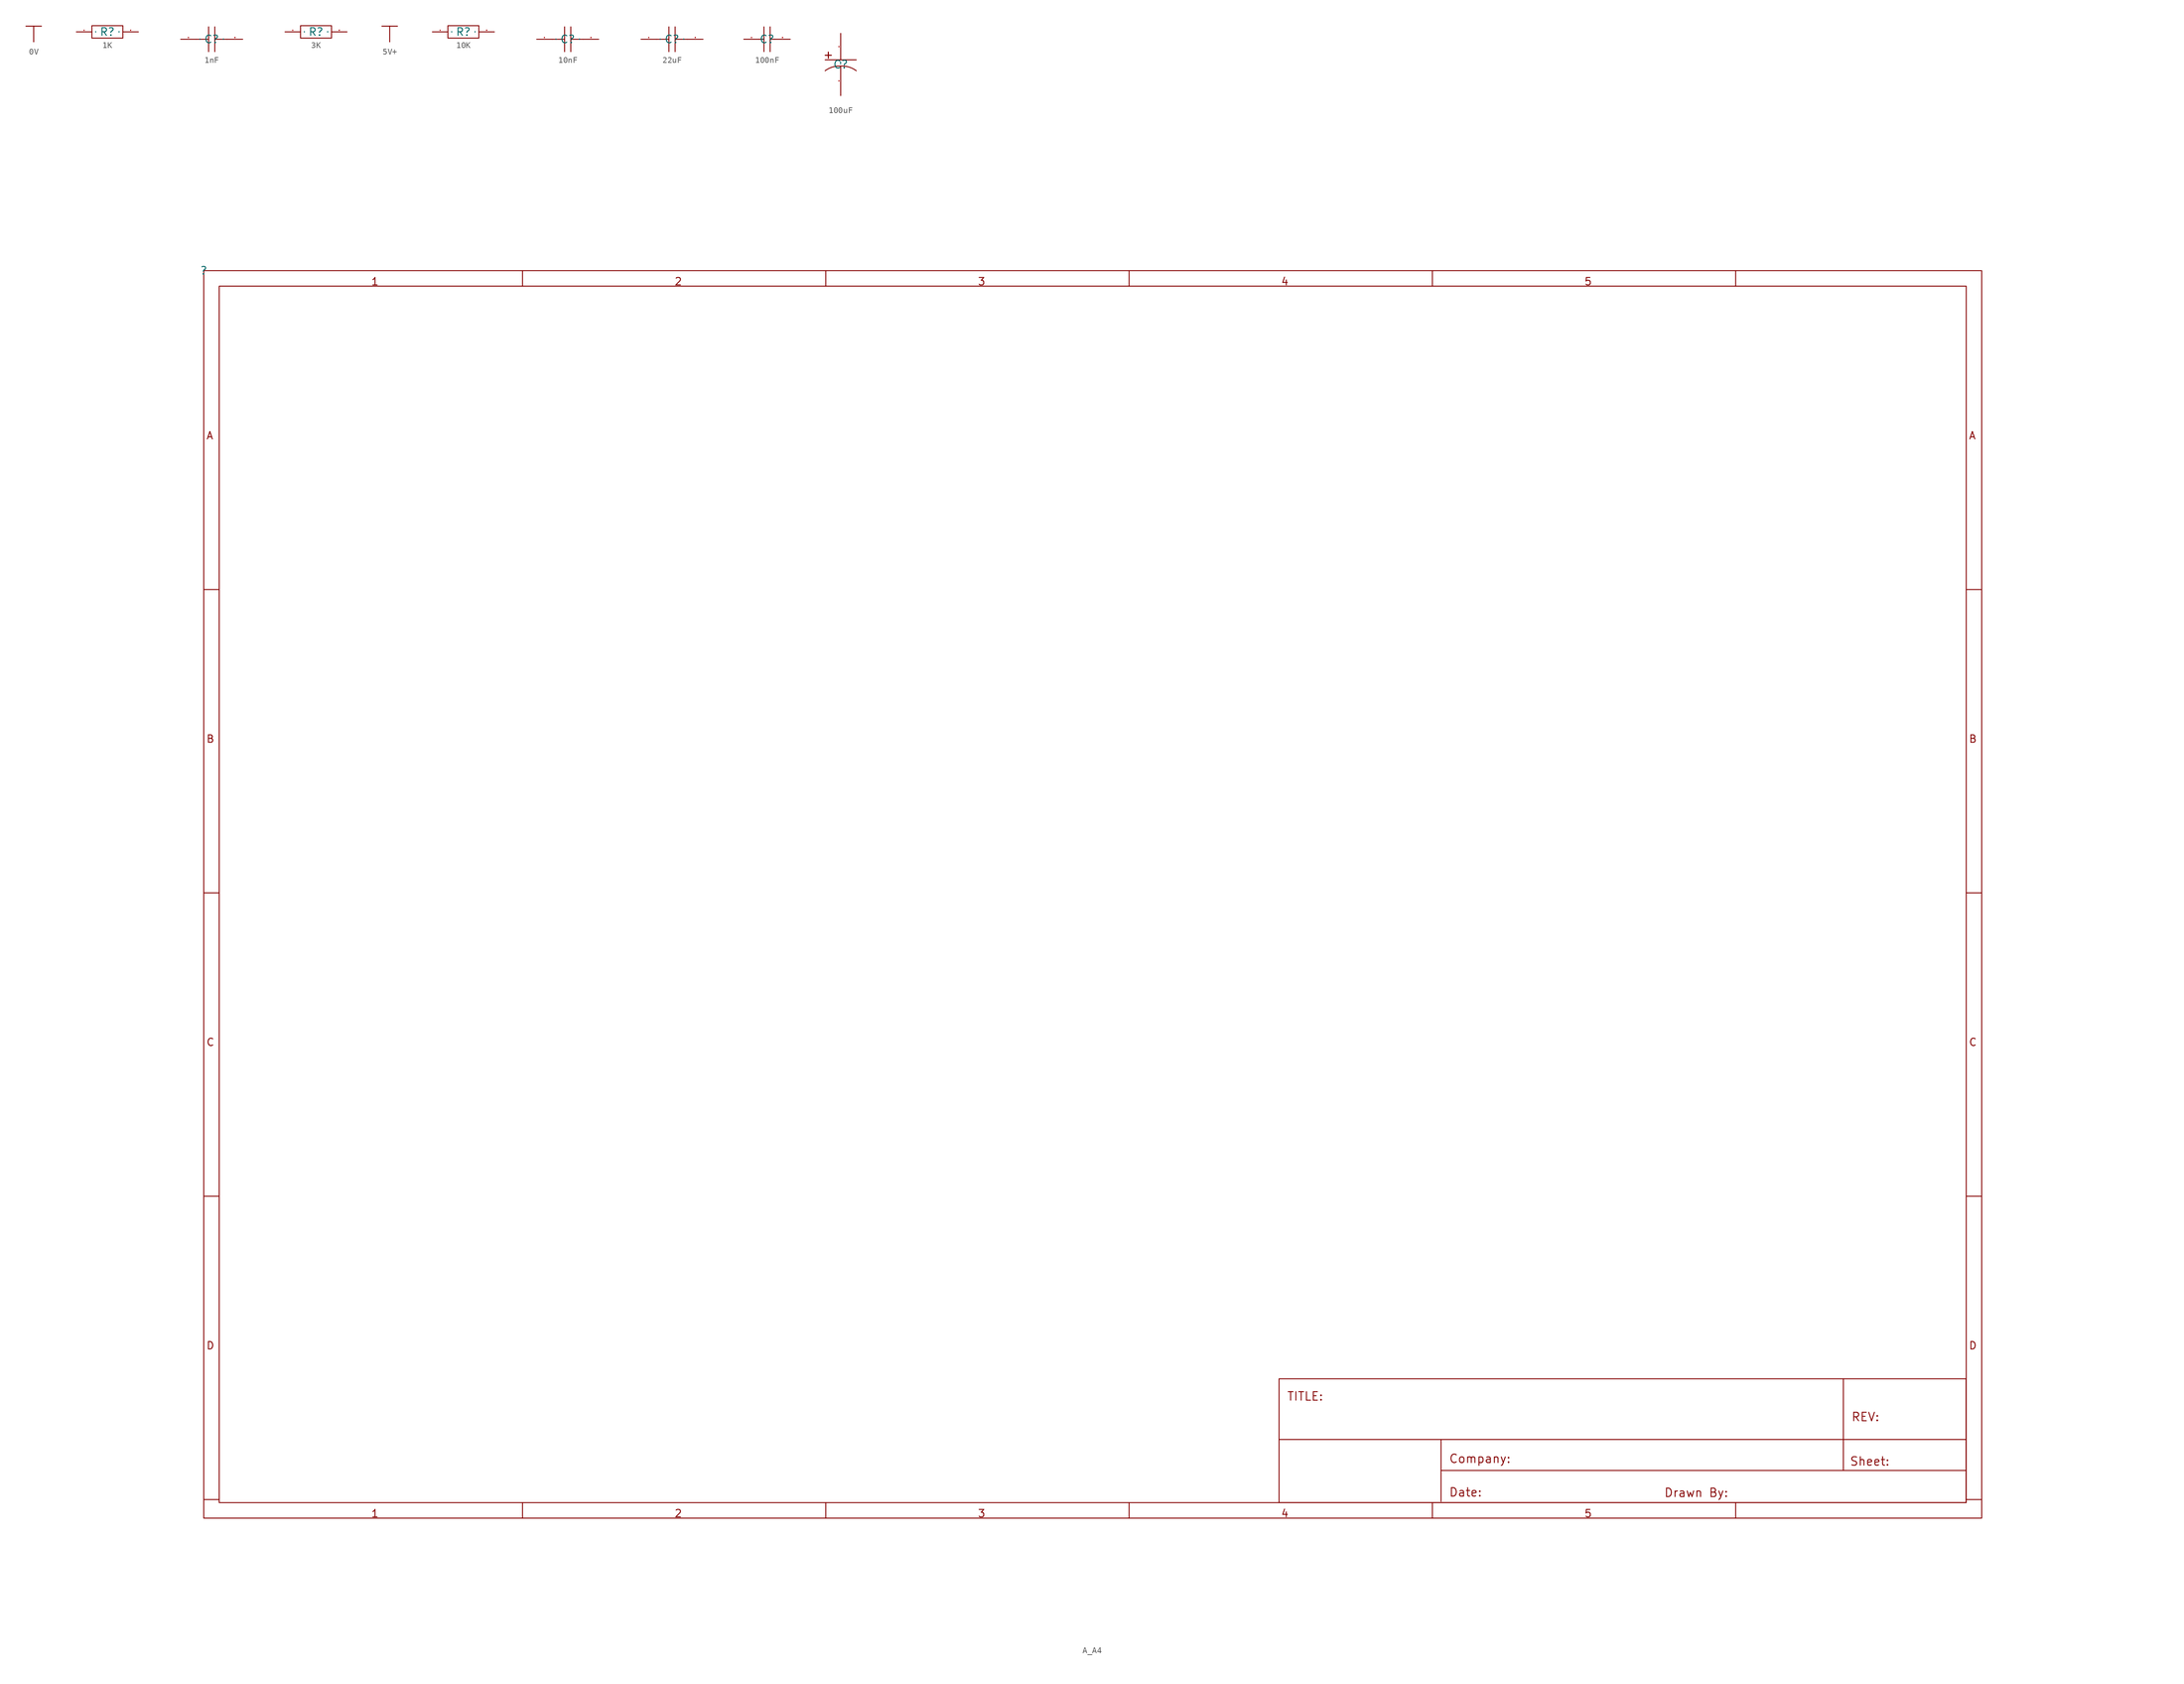
<source format=kicad_sym>
(kicad_symbol_lib
  (version 20231120)
  (generator "kicad_symbol_editor")
  (generator_version "8.0")
  (symbol "0V"
    (power)
    (pin_numbers hide)
    (pin_names hide)
    (property "Reference" "#PWR"
      (at 0 0 0)
      (effects (font (size 1.27 1.27)) (hide yes)))
    (symbol "0V_1_0"
      (polyline (pts (xy -1.27 2.54) (xy 1.27 2.54)) (stroke (width 0) (type default)) (fill (type none)))
      (polyline (pts (xy 0 2.54) (xy 0 0)) (stroke (width 0) (type default)) (fill (type none)))
      (pin power_in line (at 0 0 0) (length 0) (name "" (effects (font (size 1.27 1.27)))) (number "1" (effects (font (size 0 0)))))))
  (symbol "1K"
    (property "Reference" "R"
      (at 0 0 0)
      (effects (font (size 1.27 1.27))))
    (property "Value" ""
      (at 0 0 0)
      (effects (font (size 1.27 1.27))))
    (symbol "1K_1_0"
      (rectangle (start -2.54 1.016) (end 2.54 -1.016) (stroke (width 0) (type default)) (fill (type none)))
      (pin unspecified line (at -5.08 0 0) (length 2.54) (name "1" (effects (font (size 0.025 0.025)))) (number "1" (effects (font (size 0.025 0.025)))))
      (pin unspecified line (at 5.08 0 180) (length 2.54) (name "2" (effects (font (size 0.025 0.025)))) (number "2" (effects (font (size 0.025 0.025)))))))
  (symbol "1nF"
    (property "Reference" "C"
      (at 0 0 0)
      (effects (font (size 1.27 1.27))))
    (property "Value" ""
      (at 0 0 0)
      (effects (font (size 1.27 1.27))))
    (symbol "1nF_1_0"
      (polyline (pts (xy -0.508 -2.032) (xy -0.508 2.032)) (stroke (width 0) (type default)) (fill (type none)))
      (polyline (pts (xy -0.508 0) (xy -2.54 0)) (stroke (width 0) (type default)) (fill (type none)))
      (polyline (pts (xy 0.508 2.032) (xy 0.508 -2.032)) (stroke (width 0) (type default)) (fill (type none)))
      (polyline (pts (xy 2.54 0) (xy 0.508 0)) (stroke (width 0) (type default)) (fill (type none)))
      (pin unspecified line (at -5.08 0 0) (length 2.54) (name "1" (effects (font (size 0.025 0.025)))) (number "1" (effects (font (size 0.025 0.025)))))
      (pin unspecified line (at 5.08 0 180) (length 2.54) (name "2" (effects (font (size 0.025 0.025)))) (number "2" (effects (font (size 0.025 0.025)))))))
  (symbol "3K"
    (property "Reference" "R"
      (at 0 0 0)
      (effects (font (size 1.27 1.27))))
    (property "Value" ""
      (at 0 0 0)
      (effects (font (size 1.27 1.27))))
    (symbol "3K_1_0"
      (rectangle (start -2.54 1.016) (end 2.54 -1.016) (stroke (width 0) (type default)) (fill (type none)))
      (pin input line (at -5.08 0 0) (length 2.54) (name "1" (effects (font (size 0.025 0.025)))) (number "1" (effects (font (size 0.025 0.025)))))
      (pin input line (at 5.08 0 180) (length 2.54) (name "2" (effects (font (size 0.025 0.025)))) (number "2" (effects (font (size 0.025 0.025)))))))
  (symbol "5V+"
    (power)
    (pin_numbers hide)
    (pin_names hide)
    (property "Reference" "#PWR"
      (at 0 0 0)
      (effects (font (size 1.27 1.27)) (hide yes)))
    (symbol "5V+_1_0"
      (polyline (pts (xy -1.27 2.54) (xy 1.27 2.54)) (stroke (width 0) (type default)) (fill (type none)))
      (polyline (pts (xy 0 2.54) (xy 0 0)) (stroke (width 0) (type default)) (fill (type none)))
      (pin power_in line (at 0 0 0) (length 0) (name "" (effects (font (size 1.27 1.27)))) (number "1" (effects (font (size 0 0)))))))
  (symbol "10K"
    (property "Reference" "R"
      (at 0 0 0)
      (effects (font (size 1.27 1.27))))
    (property "Value" ""
      (at 0 0 0)
      (effects (font (size 1.27 1.27))))
    (symbol "10K_1_0"
      (rectangle (start 2.54 1.016) (end -2.54 -1.016) (stroke (width 0) (type default)) (fill (type none)))
      (pin input line (at -5.08 0 0) (length 2.54) (name "1" (effects (font (size 0.025 0.025)))) (number "1" (effects (font (size 0.025 0.025)))))
      (pin input line (at 5.08 0 180) (length 2.54) (name "2" (effects (font (size 0.025 0.025)))) (number "2" (effects (font (size 0.025 0.025)))))))
  (symbol "10nF"
    (property "Reference" "C"
      (at 0 0 0)
      (effects (font (size 1.27 1.27))))
    (property "Value" ""
      (at 0 0 0)
      (effects (font (size 1.27 1.27))))
    (symbol "10nF_1_0"
      (polyline (pts (xy -0.508 -2.032) (xy -0.508 2.032)) (stroke (width 0) (type default)) (fill (type none)))
      (polyline (pts (xy -0.508 0) (xy -2.54 0)) (stroke (width 0) (type default)) (fill (type none)))
      (polyline (pts (xy 0.508 2.032) (xy 0.508 -2.032)) (stroke (width 0) (type default)) (fill (type none)))
      (polyline (pts (xy 2.54 0) (xy 0.508 0)) (stroke (width 0) (type default)) (fill (type none)))
      (pin unspecified line (at -5.08 0 0) (length 2.54) (name "1" (effects (font (size 0.025 0.025)))) (number "1" (effects (font (size 0.025 0.025)))))
      (pin unspecified line (at 5.08 0 180) (length 2.54) (name "2" (effects (font (size 0.025 0.025)))) (number "2" (effects (font (size 0.025 0.025)))))))
  (symbol "22uF"
    (property "Reference" "C"
      (at 0 0 0)
      (effects (font (size 1.27 1.27))))
    (property "Value" ""
      (at 0 0 0)
      (effects (font (size 1.27 1.27))))
    (symbol "22uF_1_0"
      (polyline (pts (xy -0.508 -2.032) (xy -0.508 2.032)) (stroke (width 0) (type default)) (fill (type none)))
      (polyline (pts (xy -0.508 0) (xy -2.54 0)) (stroke (width 0) (type default)) (fill (type none)))
      (polyline (pts (xy 0.508 2.032) (xy 0.508 -2.032)) (stroke (width 0) (type default)) (fill (type none)))
      (polyline (pts (xy 2.54 0) (xy 0.508 0)) (stroke (width 0) (type default)) (fill (type none)))
      (pin unspecified line (at -5.08 0 0) (length 2.54) (name "1" (effects (font (size 0.025 0.025)))) (number "1" (effects (font (size 0.025 0.025)))))
      (pin unspecified line (at 5.08 0 180) (length 2.54) (name "2" (effects (font (size 0.025 0.025)))) (number "2" (effects (font (size 0.025 0.025)))))))
  (symbol "100nF"
    (property "Reference" "C"
      (at 0 0 0)
      (effects (font (size 1.27 1.27))))
    (property "Value" ""
      (at 0 0 0)
      (effects (font (size 1.27 1.27))))
    (symbol "100nF_1_0"
      (polyline (pts (xy -1.27 0) (xy -0.508 0)) (stroke (width 0) (type default)) (fill (type none)))
      (polyline (pts (xy -0.508 2.032) (xy -0.508 -2.032)) (stroke (width 0) (type default)) (fill (type none)))
      (polyline (pts (xy 0.508 0) (xy 1.27 0)) (stroke (width 0) (type default)) (fill (type none)))
      (polyline (pts (xy 0.508 2.032) (xy 0.508 -2.032)) (stroke (width 0) (type default)) (fill (type none)))
      (pin input line (at -3.81 0 0) (length 2.54) (name "1" (effects (font (size 0.025 0.025)))) (number "1" (effects (font (size 0.025 0.025)))))
      (pin input line (at 3.81 0 180) (length 2.54) (name "2" (effects (font (size 0.025 0.025)))) (number "2" (effects (font (size 0.025 0.025)))))))
  (symbol "100uF"
    (property "Reference" "C"
      (at 0 0 0)
      (effects (font (size 1.27 1.27))))
    (property "Value" ""
      (at 0 0 0)
      (effects (font (size 1.27 1.27))))
    (symbol "100uF_1_0"
      (rectangle (start -2.54 1.524) (end -1.524 1.499) (stroke (width 0) (type default)) (fill (type none)))
      (rectangle (start -2.032 2.032) (end -2.007 1.016) (stroke (width 0) (type default)) (fill (type none)))
      (arc (start 0 -0.254) (mid -1.3371 -0.4113) (end -2.54 -1.016) (stroke (width 0) (type default)) (fill (type none)))
      (polyline (pts (xy -2.54 0.762) (xy 2.54 0.762)) (stroke (width 0) (type default)) (fill (type none)))
      (arc (start 2.54 -1.016) (mid 1.3371 -0.4112) (end 0 -0.254) (stroke (width 0) (type default)) (fill (type none)))
      (pin unspecified line (at 0 5.08 270) (length 4.318) (name "1" (effects (font (size 0.025 0.025)))) (number "1" (effects (font (size 0.025 0.025)))))
      (pin unspecified line (at 0 -5.08 90) (length 4.826) (name "2" (effects (font (size 0.025 0.025)))) (number "2" (effects (font (size 0.025 0.025)))))))
  (symbol "A_A4"
    (property "Reference" ""
      (at 0 0 0)
      (effects (font (size 1.27 1.27))))
    (property "Value" ""
      (at 0 0 0)
      (effects (font (size 1.27 1.27))))
    (symbol "A_A4_1_0"
      (polyline (pts (xy 2.54 -201.676) (xy 0 -201.676)) (stroke (width 0) (type default)) (fill (type none)))
      (polyline (pts (xy 2.54 -151.892) (xy 0 -151.892)) (stroke (width 0) (type default)) (fill (type none)))
      (polyline (pts (xy 2.54 -102.108) (xy 0 -102.108)) (stroke (width 0) (type default)) (fill (type none)))
      (polyline (pts (xy 2.54 -52.324) (xy 0 -52.324)) (stroke (width 0) (type default)) (fill (type none)))
      (polyline (pts (xy 52.324 -202.184) (xy 52.324 -204.724)) (stroke (width 0) (type default)) (fill (type none)))
      (polyline (pts (xy 52.324 -2.54) (xy 52.324 0)) (stroke (width 0) (type default)) (fill (type none)))
      (polyline (pts (xy 102.108 -202.184) (xy 102.108 -204.724)) (stroke (width 0) (type default)) (fill (type none)))
      (polyline (pts (xy 102.108 -2.54) (xy 102.108 0)) (stroke (width 0) (type default)) (fill (type none)))
      (polyline (pts (xy 151.892 -202.184) (xy 151.892 -204.724)) (stroke (width 0) (type default)) (fill (type none)))
      (polyline (pts (xy 151.892 -2.54) (xy 151.892 0)) (stroke (width 0) (type default)) (fill (type none)))
      (polyline (pts (xy 176.555 -191.821) (xy 289.204 -191.821)) (stroke (width 0) (type default)) (fill (type none)))
      (polyline (pts (xy 201.676 -202.184) (xy 201.676 -204.724)) (stroke (width 0) (type default)) (fill (type none)))
      (polyline (pts (xy 201.676 -2.54) (xy 201.676 0)) (stroke (width 0) (type default)) (fill (type none)))
      (polyline (pts (xy 203.098 -196.901) (xy 289.204 -196.901)) (stroke (width 0) (type default)) (fill (type none)))
      (polyline (pts (xy 203.098 -191.821) (xy 203.098 -201.981)) (stroke (width 0) (type default)) (fill (type none)))
      (polyline (pts (xy 251.46 -202.184) (xy 251.46 -204.724)) (stroke (width 0) (type default)) (fill (type none)))
      (polyline (pts (xy 251.46 -2.54) (xy 251.46 0)) (stroke (width 0) (type default)) (fill (type none)))
      (polyline (pts (xy 269.138 -191.821) (xy 269.138 -196.901)) (stroke (width 0) (type default)) (fill (type none)))
      (polyline (pts (xy 269.138 -181.864) (xy 269.138 -191.821)) (stroke (width 0) (type default)) (fill (type none)))
      (polyline (pts (xy 289.306 -201.676) (xy 291.846 -201.676)) (stroke (width 0) (type default)) (fill (type none)))
      (polyline (pts (xy 289.306 -151.892) (xy 291.846 -151.892)) (stroke (width 0) (type default)) (fill (type none)))
      (polyline (pts (xy 289.306 -102.108) (xy 291.846 -102.108)) (stroke (width 0) (type default)) (fill (type none)))
      (polyline (pts (xy 289.306 -52.324) (xy 291.846 -52.324)) (stroke (width 0) (type default)) (fill (type none)))
      (rectangle (start 0 0) (end 291.846 -204.724) (stroke (width 0) (type default)) (fill (type none)))
      (rectangle (start 2.54 -2.54) (end 289.306 -202.184) (stroke (width 0) (type default)) (fill (type none)))
      (rectangle (start 176.505 -181.864) (end 289.281 -202.184) (stroke (width 0) (type default)) (fill (type none)))
      (text "1" (at 27.432 -204.673 0) (effects (font (size 1.219 1.219)) (justify left bottom)))
      (text "1" (at 27.432 -2.489 0) (effects (font (size 1.219 1.219)) (justify left bottom)))
      (text "2" (at 77.216 -204.673 0) (effects (font (size 1.219 1.219)) (justify left bottom)))
      (text "2" (at 77.216 -2.489 0) (effects (font (size 1.219 1.219)) (justify left bottom)))
      (text "3" (at 127 -204.673 0) (effects (font (size 1.219 1.219)) (justify left bottom)))
      (text "3" (at 127 -2.489 0) (effects (font (size 1.219 1.219)) (justify left bottom)))
      (text "4" (at 176.784 -204.673 0) (effects (font (size 1.219 1.219)) (justify left bottom)))
      (text "4" (at 176.784 -2.489 0) (effects (font (size 1.219 1.219)) (justify left bottom)))
      (text "5" (at 226.568 -204.673 0) (effects (font (size 1.219 1.219)) (justify left bottom)))
      (text "5" (at 226.568 -2.489 0) (effects (font (size 1.219 1.219)) (justify left bottom)))
      (text "A" (at 0.381 -27.762 0) (effects (font (size 1.219 1.219)) (justify left bottom)))
      (text "A" (at 289.687 -27.762 0) (effects (font (size 1.219 1.219)) (justify left bottom)))
      (text "B" (at 0.381 -77.546 0) (effects (font (size 1.219 1.219)) (justify left bottom)))
      (text "B" (at 289.687 -77.546 0) (effects (font (size 1.219 1.219)) (justify left bottom)))
      (text "C" (at 0.381 -127.33 0) (effects (font (size 1.219 1.219)) (justify left bottom)))
      (text "C" (at 289.687 -127.33 0) (effects (font (size 1.219 1.219)) (justify left bottom)))
      (text "Company:" (at 204.368 -195.783 0) (effects (font (size 1.397 1.397)) (justify left bottom)))
      (text "D" (at 0.381 -177.114 0) (effects (font (size 1.219 1.219)) (justify left bottom)))
      (text "D" (at 289.687 -177.114 0) (effects (font (size 1.219 1.219)) (justify left bottom)))
      (text "Date:" (at 204.368 -201.295 0) (effects (font (size 1.397 1.397)) (justify left bottom)))
      (text "Drawn By:" (at 239.674 -201.371 0) (effects (font (size 1.397 1.397)) (justify left bottom)))
      (text "REV:" (at 270.408 -188.925 0) (effects (font (size 1.397 1.397)) (justify left bottom)))
      (text "Sheet:" (at 270.154 -196.215 0) (effects (font (size 1.397 1.397)) (justify left bottom)))
      (text "TITLE:" (at 177.775 -185.547 0) (effects (font (size 1.397 1.397)) (justify left bottom))))))
</source>
